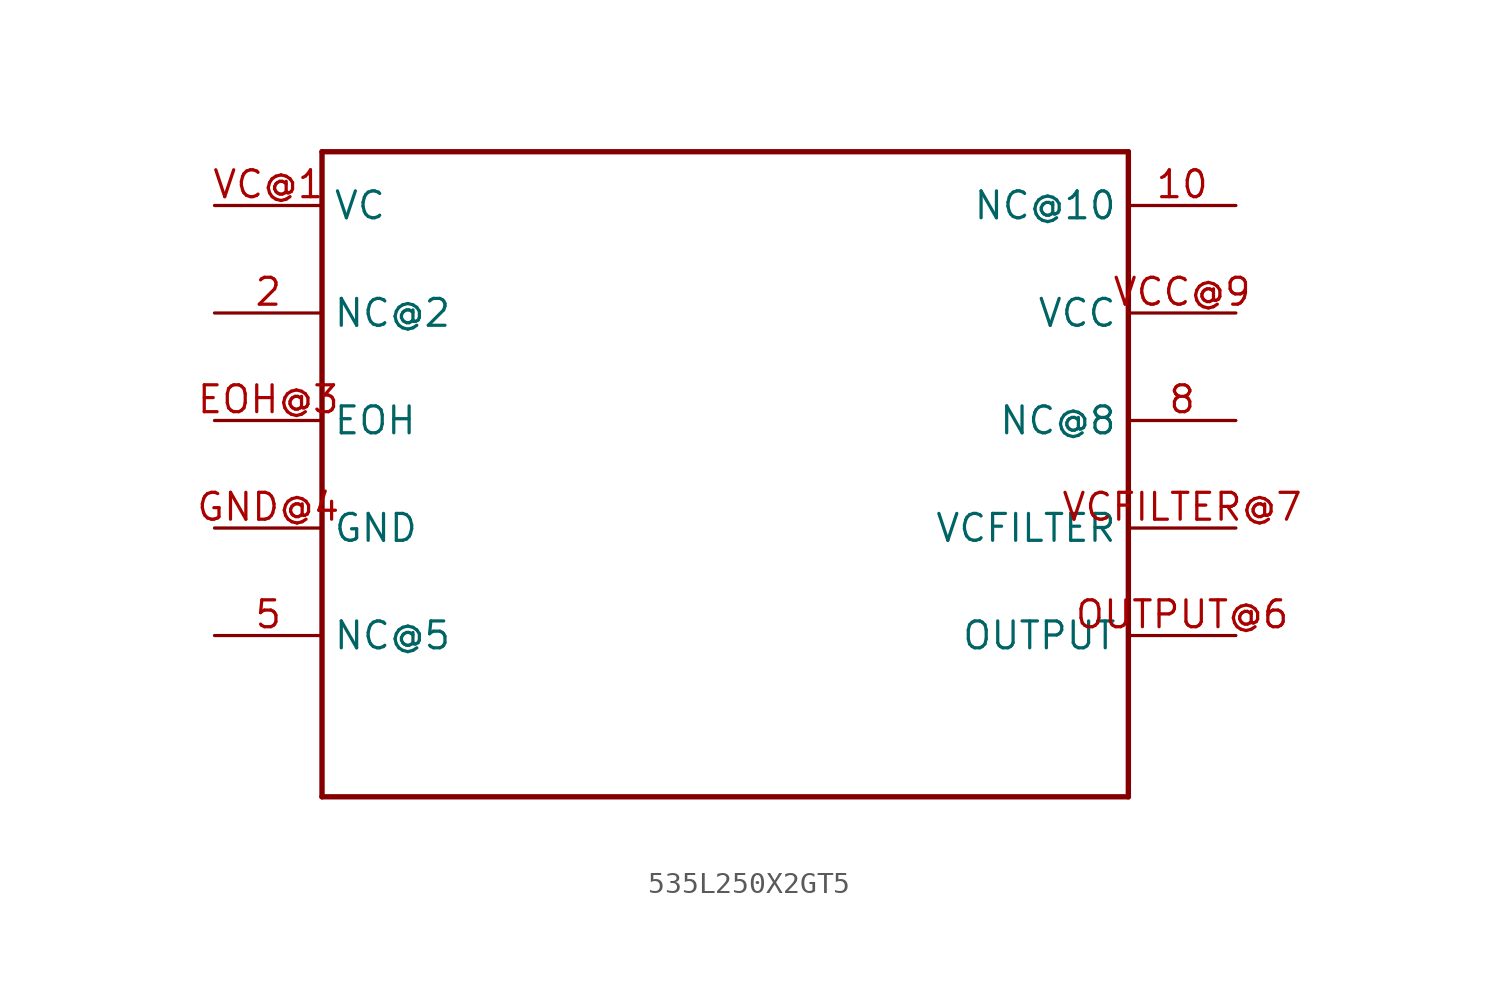
<source format=kicad_sym>
(kicad_symbol_lib
  (version 20231120)
  (generator "kicad_symbol_editor")
  (generator_version "8.0")
  (symbol "535L250X2GT5"
    (property "Reference" ""
      (at -15.24 17.78 0)
      (effects (font (size 1.778 1.511)) (justify left bottom) (hide yes)))
    (property "ki_locked" ""
      (at 0 0 0)
      (effects (font (size 1.27 1.27))))
    (symbol "535L250X2GT5_1_0"
      (polyline (pts (xy -17.78 -15.24) (xy 20.32 -15.24)) (stroke (width 0.254) (type solid)) (fill (type none)))
      (polyline (pts (xy -17.78 15.24) (xy -17.78 -15.24)) (stroke (width 0.254) (type solid)) (fill (type none)))
      (polyline (pts (xy 20.32 -15.24) (xy 20.32 15.24)) (stroke (width 0.254) (type solid)) (fill (type none)))
      (polyline (pts (xy 20.32 15.24) (xy -17.78 15.24)) (stroke (width 0.254) (type solid)) (fill (type none)))
      (pin bidirectional line (at 25.4 12.7 180) (length 5.08) (name "NC@10" (effects (font (size 1.27 1.27)))) (number "10" (effects (font (size 1.27 1.27)))))
      (pin bidirectional line (at -22.86 7.62 0) (length 5.08) (name "NC@2" (effects (font (size 1.27 1.27)))) (number "2" (effects (font (size 1.27 1.27)))))
      (pin bidirectional line (at -22.86 -7.62 0) (length 5.08) (name "NC@5" (effects (font (size 1.27 1.27)))) (number "5" (effects (font (size 1.27 1.27)))))
      (pin bidirectional line (at 25.4 2.54 180) (length 5.08) (name "NC@8" (effects (font (size 1.27 1.27)))) (number "8" (effects (font (size 1.27 1.27)))))
      (pin bidirectional line (at -22.86 2.54 0) (length 5.08) (name "EOH" (effects (font (size 1.27 1.27)))) (number "EOH@3" (effects (font (size 1.27 1.27)))))
      (pin bidirectional line (at -22.86 -2.54 0) (length 5.08) (name "GND" (effects (font (size 1.27 1.27)))) (number "GND@4" (effects (font (size 1.27 1.27)))))
      (pin bidirectional line (at 25.4 -7.62 180) (length 5.08) (name "OUTPUT" (effects (font (size 1.27 1.27)))) (number "OUTPUT@6" (effects (font (size 1.27 1.27)))))
      (pin bidirectional line (at -22.86 12.7 0) (length 5.08) (name "VC" (effects (font (size 1.27 1.27)))) (number "VC@1" (effects (font (size 1.27 1.27)))))
      (pin bidirectional line (at 25.4 7.62 180) (length 5.08) (name "VCC" (effects (font (size 1.27 1.27)))) (number "VCC@9" (effects (font (size 1.27 1.27)))))
      (pin bidirectional line (at 25.4 -2.54 180) (length 5.08) (name "VCFILTER" (effects (font (size 1.27 1.27)))) (number "VCFILTER@7" (effects (font (size 1.27 1.27))))))))
</source>
